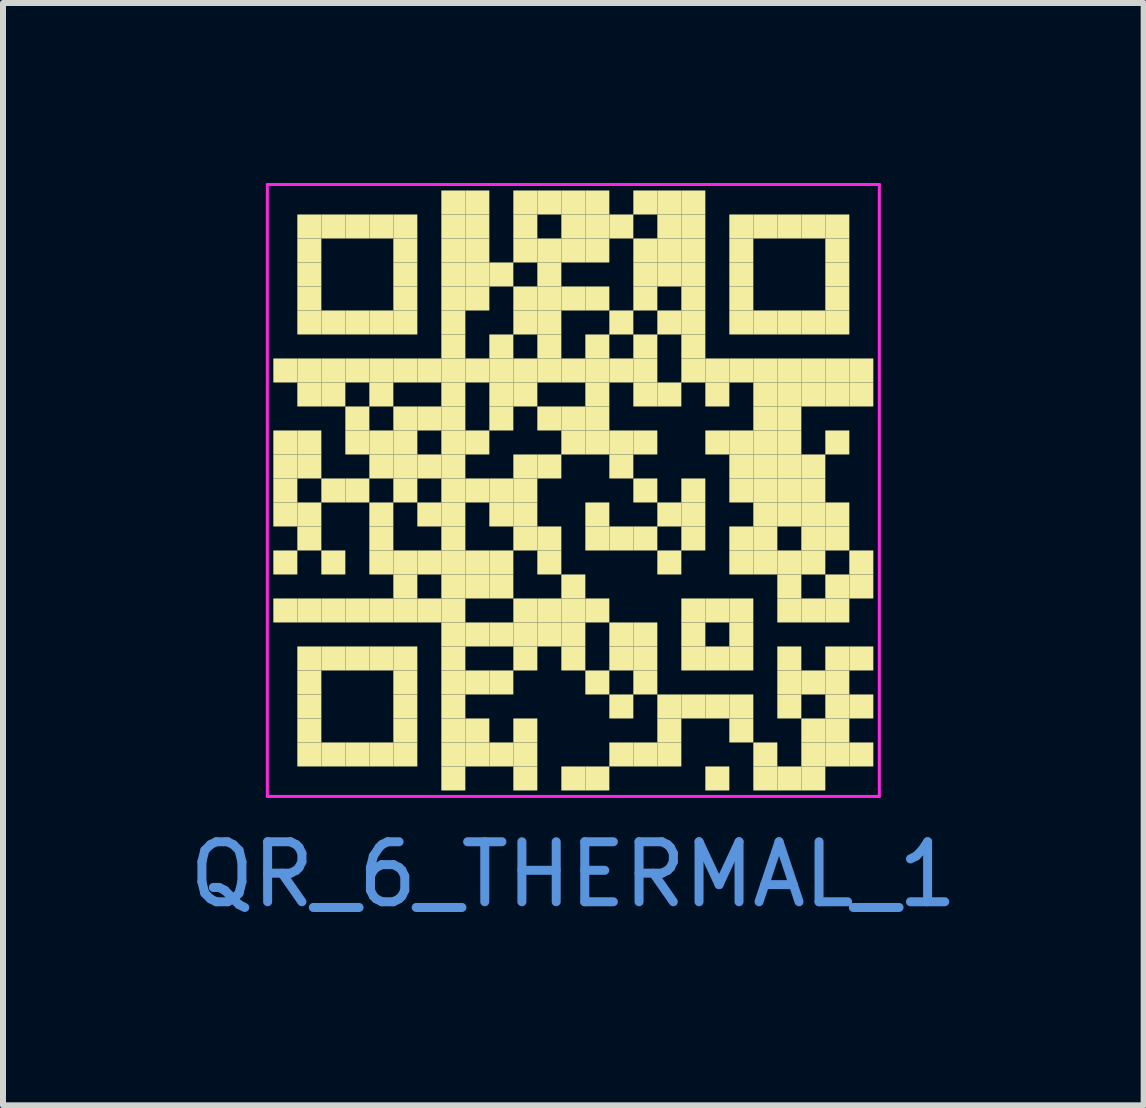
<source format=kicad_pcb>
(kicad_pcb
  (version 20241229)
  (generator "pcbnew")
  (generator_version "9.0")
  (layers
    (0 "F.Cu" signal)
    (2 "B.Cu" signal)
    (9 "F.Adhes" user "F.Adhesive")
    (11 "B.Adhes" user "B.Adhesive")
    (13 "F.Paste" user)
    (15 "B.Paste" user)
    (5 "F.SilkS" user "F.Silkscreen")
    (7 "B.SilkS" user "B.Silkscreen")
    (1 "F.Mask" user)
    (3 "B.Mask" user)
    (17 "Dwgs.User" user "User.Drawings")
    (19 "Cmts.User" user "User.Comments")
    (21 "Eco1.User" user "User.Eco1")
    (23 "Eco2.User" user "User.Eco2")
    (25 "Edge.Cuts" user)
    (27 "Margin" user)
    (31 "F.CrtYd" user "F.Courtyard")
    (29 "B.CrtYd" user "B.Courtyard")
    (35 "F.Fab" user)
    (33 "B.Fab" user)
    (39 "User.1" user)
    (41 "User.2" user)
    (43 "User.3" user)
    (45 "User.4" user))
  (footprint "QR_6_THERMAL_1"
    (layer "F.Cu")
    (at 6.506 5.125)
    (property "Reference" "QR_6_THERMAL_1" (at 0 6.4 0) (layer "Cmts.User") (effects (font (size 1 1) (thickness 0.15))))
    (fp_rect (start -5 -2.2) (end -4.6 -1.8) (stroke (width 0) (type solid)) (fill yes) (layer "F.SilkS"))
    (fp_rect (start -5 -1) (end -4.6 -0.6) (stroke (width 0) (type solid)) (fill yes) (layer "F.SilkS"))
    (fp_rect (start -5 -0.6) (end -4.6 -0.2) (stroke (width 0) (type solid)) (fill yes) (layer "F.SilkS"))
    (fp_rect (start -5 -0.2) (end -4.6 0.2) (stroke (width 0) (type solid)) (fill yes) (layer "F.SilkS"))
    (fp_rect (start -5 0.2) (end -4.6 0.6) (stroke (width 0) (type solid)) (fill yes) (layer "F.SilkS"))
    (fp_rect (start -5 1) (end -4.6 1.4) (stroke (width 0) (type solid)) (fill yes) (layer "F.SilkS"))
    (fp_rect (start -5 1.8) (end -4.6 2.2) (stroke (width 0) (type solid)) (fill yes) (layer "F.SilkS"))
    (fp_rect (start -4.6 -4.6) (end -4.2 -4.2) (stroke (width 0) (type solid)) (fill yes) (layer "F.SilkS"))
    (fp_rect (start -4.6 -4.2) (end -4.2 -3.8) (stroke (width 0) (type solid)) (fill yes) (layer "F.SilkS"))
    (fp_rect (start -4.6 -3.8) (end -4.2 -3.4) (stroke (width 0) (type solid)) (fill yes) (layer "F.SilkS"))
    (fp_rect (start -4.6 -3.4) (end -4.2 -3) (stroke (width 0) (type solid)) (fill yes) (layer "F.SilkS"))
    (fp_rect (start -4.6 -3) (end -4.2 -2.6) (stroke (width 0) (type solid)) (fill yes) (layer "F.SilkS"))
    (fp_rect (start -4.6 -2.2) (end -4.2 -1.8) (stroke (width 0) (type solid)) (fill yes) (layer "F.SilkS"))
    (fp_rect (start -4.6 -1.8) (end -4.2 -1.4) (stroke (width 0) (type solid)) (fill yes) (layer "F.SilkS"))
    (fp_rect (start -4.6 -1) (end -4.2 -0.6) (stroke (width 0) (type solid)) (fill yes) (layer "F.SilkS"))
    (fp_rect (start -4.6 -0.6) (end -4.2 -0.2) (stroke (width 0) (type solid)) (fill yes) (layer "F.SilkS"))
    (fp_rect (start -4.6 0.2) (end -4.2 0.6) (stroke (width 0) (type solid)) (fill yes) (layer "F.SilkS"))
    (fp_rect (start -4.6 0.6) (end -4.2 1) (stroke (width 0) (type solid)) (fill yes) (layer "F.SilkS"))
    (fp_rect (start -4.6 1.8) (end -4.2 2.2) (stroke (width 0) (type solid)) (fill yes) (layer "F.SilkS"))
    (fp_rect (start -4.6 2.6) (end -4.2 3) (stroke (width 0) (type solid)) (fill yes) (layer "F.SilkS"))
    (fp_rect (start -4.6 3) (end -4.2 3.4) (stroke (width 0) (type solid)) (fill yes) (layer "F.SilkS"))
    (fp_rect (start -4.6 3.4) (end -4.2 3.8) (stroke (width 0) (type solid)) (fill yes) (layer "F.SilkS"))
    (fp_rect (start -4.6 3.8) (end -4.2 4.2) (stroke (width 0) (type solid)) (fill yes) (layer "F.SilkS"))
    (fp_rect (start -4.6 4.2) (end -4.2 4.6) (stroke (width 0) (type solid)) (fill yes) (layer "F.SilkS"))
    (fp_rect (start -4.2 -4.6) (end -3.8 -4.2) (stroke (width 0) (type solid)) (fill yes) (layer "F.SilkS"))
    (fp_rect (start -4.2 -3) (end -3.8 -2.6) (stroke (width 0) (type solid)) (fill yes) (layer "F.SilkS"))
    (fp_rect (start -4.2 -2.2) (end -3.8 -1.8) (stroke (width 0) (type solid)) (fill yes) (layer "F.SilkS"))
    (fp_rect (start -4.2 -1.8) (end -3.8 -1.4) (stroke (width 0) (type solid)) (fill yes) (layer "F.SilkS"))
    (fp_rect (start -4.2 -0.2) (end -3.8 0.2) (stroke (width 0) (type solid)) (fill yes) (layer "F.SilkS"))
    (fp_rect (start -4.2 1) (end -3.8 1.4) (stroke (width 0) (type solid)) (fill yes) (layer "F.SilkS"))
    (fp_rect (start -4.2 1.8) (end -3.8 2.2) (stroke (width 0) (type solid)) (fill yes) (layer "F.SilkS"))
    (fp_rect (start -4.2 2.6) (end -3.8 3) (stroke (width 0) (type solid)) (fill yes) (layer "F.SilkS"))
    (fp_rect (start -4.2 4.2) (end -3.8 4.6) (stroke (width 0) (type solid)) (fill yes) (layer "F.SilkS"))
    (fp_rect (start -3.8 -4.6) (end -3.4 -4.2) (stroke (width 0) (type solid)) (fill yes) (layer "F.SilkS"))
    (fp_rect (start -3.8 -3) (end -3.4 -2.6) (stroke (width 0) (type solid)) (fill yes) (layer "F.SilkS"))
    (fp_rect (start -3.8 -2.2) (end -3.4 -1.8) (stroke (width 0) (type solid)) (fill yes) (layer "F.SilkS"))
    (fp_rect (start -3.8 -1.4) (end -3.4 -1) (stroke (width 0) (type solid)) (fill yes) (layer "F.SilkS"))
    (fp_rect (start -3.8 -1) (end -3.4 -0.6) (stroke (width 0) (type solid)) (fill yes) (layer "F.SilkS"))
    (fp_rect (start -3.8 -0.2) (end -3.4 0.2) (stroke (width 0) (type solid)) (fill yes) (layer "F.SilkS"))
    (fp_rect (start -3.8 1.8) (end -3.4 2.2) (stroke (width 0) (type solid)) (fill yes) (layer "F.SilkS"))
    (fp_rect (start -3.8 2.6) (end -3.4 3) (stroke (width 0) (type solid)) (fill yes) (layer "F.SilkS"))
    (fp_rect (start -3.8 4.2) (end -3.4 4.6) (stroke (width 0) (type solid)) (fill yes) (layer "F.SilkS"))
    (fp_rect (start -3.4 -4.6) (end -3 -4.2) (stroke (width 0) (type solid)) (fill yes) (layer "F.SilkS"))
    (fp_rect (start -3.4 -3) (end -3 -2.6) (stroke (width 0) (type solid)) (fill yes) (layer "F.SilkS"))
    (fp_rect (start -3.4 -2.2) (end -3 -1.8) (stroke (width 0) (type solid)) (fill yes) (layer "F.SilkS"))
    (fp_rect (start -3.4 -1.8) (end -3 -1.4) (stroke (width 0) (type solid)) (fill yes) (layer "F.SilkS"))
    (fp_rect (start -3.4 -1) (end -3 -0.6) (stroke (width 0) (type solid)) (fill yes) (layer "F.SilkS"))
    (fp_rect (start -3.4 -0.6) (end -3 -0.2) (stroke (width 0) (type solid)) (fill yes) (layer "F.SilkS"))
    (fp_rect (start -3.4 0.2) (end -3 0.6) (stroke (width 0) (type solid)) (fill yes) (layer "F.SilkS"))
    (fp_rect (start -3.4 0.6) (end -3 1) (stroke (width 0) (type solid)) (fill yes) (layer "F.SilkS"))
    (fp_rect (start -3.4 1) (end -3 1.4) (stroke (width 0) (type solid)) (fill yes) (layer "F.SilkS"))
    (fp_rect (start -3.4 1.8) (end -3 2.2) (stroke (width 0) (type solid)) (fill yes) (layer "F.SilkS"))
    (fp_rect (start -3.4 2.6) (end -3 3) (stroke (width 0) (type solid)) (fill yes) (layer "F.SilkS"))
    (fp_rect (start -3.4 4.2) (end -3 4.6) (stroke (width 0) (type solid)) (fill yes) (layer "F.SilkS"))
    (fp_rect (start -3 -4.6) (end -2.6 -4.2) (stroke (width 0) (type solid)) (fill yes) (layer "F.SilkS"))
    (fp_rect (start -3 -4.2) (end -2.6 -3.8) (stroke (width 0) (type solid)) (fill yes) (layer "F.SilkS"))
    (fp_rect (start -3 -3.8) (end -2.6 -3.4) (stroke (width 0) (type solid)) (fill yes) (layer "F.SilkS"))
    (fp_rect (start -3 -3.4) (end -2.6 -3) (stroke (width 0) (type solid)) (fill yes) (layer "F.SilkS"))
    (fp_rect (start -3 -3) (end -2.6 -2.6) (stroke (width 0) (type solid)) (fill yes) (layer "F.SilkS"))
    (fp_rect (start -3 -2.2) (end -2.6 -1.8) (stroke (width 0) (type solid)) (fill yes) (layer "F.SilkS"))
    (fp_rect (start -3 -1.4) (end -2.6 -1) (stroke (width 0) (type solid)) (fill yes) (layer "F.SilkS"))
    (fp_rect (start -3 -1) (end -2.6 -0.6) (stroke (width 0) (type solid)) (fill yes) (layer "F.SilkS"))
    (fp_rect (start -3 -0.6) (end -2.6 -0.2) (stroke (width 0) (type solid)) (fill yes) (layer "F.SilkS"))
    (fp_rect (start -3 -0.2) (end -2.6 0.2) (stroke (width 0) (type solid)) (fill yes) (layer "F.SilkS"))
    (fp_rect (start -3 1) (end -2.6 1.4) (stroke (width 0) (type solid)) (fill yes) (layer "F.SilkS"))
    (fp_rect (start -3 1.4) (end -2.6 1.8) (stroke (width 0) (type solid)) (fill yes) (layer "F.SilkS"))
    (fp_rect (start -3 1.8) (end -2.6 2.2) (stroke (width 0) (type solid)) (fill yes) (layer "F.SilkS"))
    (fp_rect (start -3 2.6) (end -2.6 3) (stroke (width 0) (type solid)) (fill yes) (layer "F.SilkS"))
    (fp_rect (start -3 3) (end -2.6 3.4) (stroke (width 0) (type solid)) (fill yes) (layer "F.SilkS"))
    (fp_rect (start -3 3.4) (end -2.6 3.8) (stroke (width 0) (type solid)) (fill yes) (layer "F.SilkS"))
    (fp_rect (start -3 3.8) (end -2.6 4.2) (stroke (width 0) (type solid)) (fill yes) (layer "F.SilkS"))
    (fp_rect (start -3 4.2) (end -2.6 4.6) (stroke (width 0) (type solid)) (fill yes) (layer "F.SilkS"))
    (fp_rect (start -2.6 -2.2) (end -2.2 -1.8) (stroke (width 0) (type solid)) (fill yes) (layer "F.SilkS"))
    (fp_rect (start -2.6 -1.4) (end -2.2 -1) (stroke (width 0) (type solid)) (fill yes) (layer "F.SilkS"))
    (fp_rect (start -2.6 -0.6) (end -2.2 -0.2) (stroke (width 0) (type solid)) (fill yes) (layer "F.SilkS"))
    (fp_rect (start -2.6 0.2) (end -2.2 0.6) (stroke (width 0) (type solid)) (fill yes) (layer "F.SilkS"))
    (fp_rect (start -2.6 1) (end -2.2 1.4) (stroke (width 0) (type solid)) (fill yes) (layer "F.SilkS"))
    (fp_rect (start -2.6 1.8) (end -2.2 2.2) (stroke (width 0) (type solid)) (fill yes) (layer "F.SilkS"))
    (fp_rect (start -2.2 -5) (end -1.8 -4.6) (stroke (width 0) (type solid)) (fill yes) (layer "F.SilkS"))
    (fp_rect (start -2.2 -4.6) (end -1.8 -4.2) (stroke (width 0) (type solid)) (fill yes) (layer "F.SilkS"))
    (fp_rect (start -2.2 -4.2) (end -1.8 -3.8) (stroke (width 0) (type solid)) (fill yes) (layer "F.SilkS"))
    (fp_rect (start -2.2 -3.8) (end -1.8 -3.4) (stroke (width 0) (type solid)) (fill yes) (layer "F.SilkS"))
    (fp_rect (start -2.2 -3.4) (end -1.8 -3) (stroke (width 0) (type solid)) (fill yes) (layer "F.SilkS"))
    (fp_rect (start -2.2 -3) (end -1.8 -2.6) (stroke (width 0) (type solid)) (fill yes) (layer "F.SilkS"))
    (fp_rect (start -2.2 -2.6) (end -1.8 -2.2) (stroke (width 0) (type solid)) (fill yes) (layer "F.SilkS"))
    (fp_rect (start -2.2 -2.2) (end -1.8 -1.8) (stroke (width 0) (type solid)) (fill yes) (layer "F.SilkS"))
    (fp_rect (start -2.2 -1.8) (end -1.8 -1.4) (stroke (width 0) (type solid)) (fill yes) (layer "F.SilkS"))
    (fp_rect (start -2.2 -1.4) (end -1.8 -1) (stroke (width 0) (type solid)) (fill yes) (layer "F.SilkS"))
    (fp_rect (start -2.2 -1) (end -1.8 -0.6) (stroke (width 0) (type solid)) (fill yes) (layer "F.SilkS"))
    (fp_rect (start -2.2 -0.6) (end -1.8 -0.2) (stroke (width 0) (type solid)) (fill yes) (layer "F.SilkS"))
    (fp_rect (start -2.2 -0.2) (end -1.8 0.2) (stroke (width 0) (type solid)) (fill yes) (layer "F.SilkS"))
    (fp_rect (start -2.2 0.2) (end -1.8 0.6) (stroke (width 0) (type solid)) (fill yes) (layer "F.SilkS"))
    (fp_rect (start -2.2 0.6) (end -1.8 1) (stroke (width 0) (type solid)) (fill yes) (layer "F.SilkS"))
    (fp_rect (start -2.2 1) (end -1.8 1.4) (stroke (width 0) (type solid)) (fill yes) (layer "F.SilkS"))
    (fp_rect (start -2.2 1.4) (end -1.8 1.8) (stroke (width 0) (type solid)) (fill yes) (layer "F.SilkS"))
    (fp_rect (start -2.2 1.8) (end -1.8 2.2) (stroke (width 0) (type solid)) (fill yes) (layer "F.SilkS"))
    (fp_rect (start -2.2 2.2) (end -1.8 2.6) (stroke (width 0) (type solid)) (fill yes) (layer "F.SilkS"))
    (fp_rect (start -2.2 2.6) (end -1.8 3) (stroke (width 0) (type solid)) (fill yes) (layer "F.SilkS"))
    (fp_rect (start -2.2 3) (end -1.8 3.4) (stroke (width 0) (type solid)) (fill yes) (layer "F.SilkS"))
    (fp_rect (start -2.2 3.4) (end -1.8 3.8) (stroke (width 0) (type solid)) (fill yes) (layer "F.SilkS"))
    (fp_rect (start -2.2 3.8) (end -1.8 4.2) (stroke (width 0) (type solid)) (fill yes) (layer "F.SilkS"))
    (fp_rect (start -2.2 4.2) (end -1.8 4.6) (stroke (width 0) (type solid)) (fill yes) (layer "F.SilkS"))
    (fp_rect (start -2.2 4.6) (end -1.8 5) (stroke (width 0) (type solid)) (fill yes) (layer "F.SilkS"))
    (fp_rect (start -1.8 -5) (end -1.4 -4.6) (stroke (width 0) (type solid)) (fill yes) (layer "F.SilkS"))
    (fp_rect (start -1.8 -4.6) (end -1.4 -4.2) (stroke (width 0) (type solid)) (fill yes) (layer "F.SilkS"))
    (fp_rect (start -1.8 -4.2) (end -1.4 -3.8) (stroke (width 0) (type solid)) (fill yes) (layer "F.SilkS"))
    (fp_rect (start -1.8 -3.8) (end -1.4 -3.4) (stroke (width 0) (type solid)) (fill yes) (layer "F.SilkS"))
    (fp_rect (start -1.8 -3.4) (end -1.4 -3) (stroke (width 0) (type solid)) (fill yes) (layer "F.SilkS"))
    (fp_rect (start -1.8 -2.2) (end -1.4 -1.8) (stroke (width 0) (type solid)) (fill yes) (layer "F.SilkS"))
    (fp_rect (start -1.8 -1) (end -1.4 -0.6) (stroke (width 0) (type solid)) (fill yes) (layer "F.SilkS"))
    (fp_rect (start -1.8 -0.2) (end -1.4 0.2) (stroke (width 0) (type solid)) (fill yes) (layer "F.SilkS"))
    (fp_rect (start -1.8 1) (end -1.4 1.4) (stroke (width 0) (type solid)) (fill yes) (layer "F.SilkS"))
    (fp_rect (start -1.8 1.4) (end -1.4 1.8) (stroke (width 0) (type solid)) (fill yes) (layer "F.SilkS"))
    (fp_rect (start -1.8 2.2) (end -1.4 2.6) (stroke (width 0) (type solid)) (fill yes) (layer "F.SilkS"))
    (fp_rect (start -1.8 3) (end -1.4 3.4) (stroke (width 0) (type solid)) (fill yes) (layer "F.SilkS"))
    (fp_rect (start -1.8 3.8) (end -1.4 4.2) (stroke (width 0) (type solid)) (fill yes) (layer "F.SilkS"))
    (fp_rect (start -1.8 4.2) (end -1.4 4.6) (stroke (width 0) (type solid)) (fill yes) (layer "F.SilkS"))
    (fp_rect (start -1.4 -3.8) (end -1 -3.4) (stroke (width 0) (type solid)) (fill yes) (layer "F.SilkS"))
    (fp_rect (start -1.4 -2.6) (end -1 -2.2) (stroke (width 0) (type solid)) (fill yes) (layer "F.SilkS"))
    (fp_rect (start -1.4 -2.2) (end -1 -1.8) (stroke (width 0) (type solid)) (fill yes) (layer "F.SilkS"))
    (fp_rect (start -1.4 -1.8) (end -1 -1.4) (stroke (width 0) (type solid)) (fill yes) (layer "F.SilkS"))
    (fp_rect (start -1.4 -1.4) (end -1 -1) (stroke (width 0) (type solid)) (fill yes) (layer "F.SilkS"))
    (fp_rect (start -1.4 -0.2) (end -1 0.2) (stroke (width 0) (type solid)) (fill yes) (layer "F.SilkS"))
    (fp_rect (start -1.4 0.2) (end -1 0.6) (stroke (width 0) (type solid)) (fill yes) (layer "F.SilkS"))
    (fp_rect (start -1.4 1) (end -1 1.4) (stroke (width 0) (type solid)) (fill yes) (layer "F.SilkS"))
    (fp_rect (start -1.4 1.4) (end -1 1.8) (stroke (width 0) (type solid)) (fill yes) (layer "F.SilkS"))
    (fp_rect (start -1.4 2.2) (end -1 2.6) (stroke (width 0) (type solid)) (fill yes) (layer "F.SilkS"))
    (fp_rect (start -1.4 3) (end -1 3.4) (stroke (width 0) (type solid)) (fill yes) (layer "F.SilkS"))
    (fp_rect (start -1.4 4.2) (end -1 4.6) (stroke (width 0) (type solid)) (fill yes) (layer "F.SilkS"))
    (fp_rect (start -1 -5) (end -0.6 -4.6) (stroke (width 0) (type solid)) (fill yes) (layer "F.SilkS"))
    (fp_rect (start -1 -4.6) (end -0.6 -4.2) (stroke (width 0) (type solid)) (fill yes) (layer "F.SilkS"))
    (fp_rect (start -1 -4.2) (end -0.6 -3.8) (stroke (width 0) (type solid)) (fill yes) (layer "F.SilkS"))
    (fp_rect (start -1 -3.4) (end -0.6 -3) (stroke (width 0) (type solid)) (fill yes) (layer "F.SilkS"))
    (fp_rect (start -1 -3) (end -0.6 -2.6) (stroke (width 0) (type solid)) (fill yes) (layer "F.SilkS"))
    (fp_rect (start -1 -2.2) (end -0.6 -1.8) (stroke (width 0) (type solid)) (fill yes) (layer "F.SilkS"))
    (fp_rect (start -1 -1.8) (end -0.6 -1.4) (stroke (width 0) (type solid)) (fill yes) (layer "F.SilkS"))
    (fp_rect (start -1 -0.6) (end -0.6 -0.2) (stroke (width 0) (type solid)) (fill yes) (layer "F.SilkS"))
    (fp_rect (start -1 -0.2) (end -0.6 0.2) (stroke (width 0) (type solid)) (fill yes) (layer "F.SilkS"))
    (fp_rect (start -1 0.2) (end -0.6 0.6) (stroke (width 0) (type solid)) (fill yes) (layer "F.SilkS"))
    (fp_rect (start -1 0.6) (end -0.6 1) (stroke (width 0) (type solid)) (fill yes) (layer "F.SilkS"))
    (fp_rect (start -1 1.8) (end -0.6 2.2) (stroke (width 0) (type solid)) (fill yes) (layer "F.SilkS"))
    (fp_rect (start -1 2.2) (end -0.6 2.6) (stroke (width 0) (type solid)) (fill yes) (layer "F.SilkS"))
    (fp_rect (start -1 2.6) (end -0.6 3) (stroke (width 0) (type solid)) (fill yes) (layer "F.SilkS"))
    (fp_rect (start -1 3.8) (end -0.6 4.2) (stroke (width 0) (type solid)) (fill yes) (layer "F.SilkS"))
    (fp_rect (start -1 4.2) (end -0.6 4.6) (stroke (width 0) (type solid)) (fill yes) (layer "F.SilkS"))
    (fp_rect (start -1 4.6) (end -0.6 5) (stroke (width 0) (type solid)) (fill yes) (layer "F.SilkS"))
    (fp_rect (start -0.6 -5) (end -0.2 -4.6) (stroke (width 0) (type solid)) (fill yes) (layer "F.SilkS"))
    (fp_rect (start -0.6 -4.2) (end -0.2 -3.8) (stroke (width 0) (type solid)) (fill yes) (layer "F.SilkS"))
    (fp_rect (start -0.6 -3.8) (end -0.2 -3.4) (stroke (width 0) (type solid)) (fill yes) (layer "F.SilkS"))
    (fp_rect (start -0.6 -3.4) (end -0.2 -3) (stroke (width 0) (type solid)) (fill yes) (layer "F.SilkS"))
    (fp_rect (start -0.6 -3) (end -0.2 -2.6) (stroke (width 0) (type solid)) (fill yes) (layer "F.SilkS"))
    (fp_rect (start -0.6 -2.6) (end -0.2 -2.2) (stroke (width 0) (type solid)) (fill yes) (layer "F.SilkS"))
    (fp_rect (start -0.6 -2.2) (end -0.2 -1.8) (stroke (width 0) (type solid)) (fill yes) (layer "F.SilkS"))
    (fp_rect (start -0.6 -1.4) (end -0.2 -1) (stroke (width 0) (type solid)) (fill yes) (layer "F.SilkS"))
    (fp_rect (start -0.6 -0.6) (end -0.2 -0.2) (stroke (width 0) (type solid)) (fill yes) (layer "F.SilkS"))
    (fp_rect (start -0.6 0.6) (end -0.2 1) (stroke (width 0) (type solid)) (fill yes) (layer "F.SilkS"))
    (fp_rect (start -0.6 1) (end -0.2 1.4) (stroke (width 0) (type solid)) (fill yes) (layer "F.SilkS"))
    (fp_rect (start -0.6 1.8) (end -0.2 2.2) (stroke (width 0) (type solid)) (fill yes) (layer "F.SilkS"))
    (fp_rect (start -0.6 2.2) (end -0.2 2.6) (stroke (width 0) (type solid)) (fill yes) (layer "F.SilkS"))
    (fp_rect (start -0.2 -5) (end 0.2 -4.6) (stroke (width 0) (type solid)) (fill yes) (layer "F.SilkS"))
    (fp_rect (start -0.2 -4.6) (end 0.2 -4.2) (stroke (width 0) (type solid)) (fill yes) (layer "F.SilkS"))
    (fp_rect (start -0.2 -4.2) (end 0.2 -3.8) (stroke (width 0) (type solid)) (fill yes) (layer "F.SilkS"))
    (fp_rect (start -0.2 -3.4) (end 0.2 -3) (stroke (width 0) (type solid)) (fill yes) (layer "F.SilkS"))
    (fp_rect (start -0.2 -2.2) (end 0.2 -1.8) (stroke (width 0) (type solid)) (fill yes) (layer "F.SilkS"))
    (fp_rect (start -0.2 -1.4) (end 0.2 -1) (stroke (width 0) (type solid)) (fill yes) (layer "F.SilkS"))
    (fp_rect (start -0.2 -1) (end 0.2 -0.6) (stroke (width 0) (type solid)) (fill yes) (layer "F.SilkS"))
    (fp_rect (start -0.2 1.4) (end 0.2 1.8) (stroke (width 0) (type solid)) (fill yes) (layer "F.SilkS"))
    (fp_rect (start -0.2 1.8) (end 0.2 2.2) (stroke (width 0) (type solid)) (fill yes) (layer "F.SilkS"))
    (fp_rect (start -0.2 2.2) (end 0.2 2.6) (stroke (width 0) (type solid)) (fill yes) (layer "F.SilkS"))
    (fp_rect (start -0.2 2.6) (end 0.2 3) (stroke (width 0) (type solid)) (fill yes) (layer "F.SilkS"))
    (fp_rect (start -0.2 4.6) (end 0.2 5) (stroke (width 0) (type solid)) (fill yes) (layer "F.SilkS"))
    (fp_rect (start 0.2 -5) (end 0.6 -4.6) (stroke (width 0) (type solid)) (fill yes) (layer "F.SilkS"))
    (fp_rect (start 0.2 -4.6) (end 0.6 -4.2) (stroke (width 0) (type solid)) (fill yes) (layer "F.SilkS"))
    (fp_rect (start 0.2 -4.2) (end 0.6 -3.8) (stroke (width 0) (type solid)) (fill yes) (layer "F.SilkS"))
    (fp_rect (start 0.2 -3.4) (end 0.6 -3) (stroke (width 0) (type solid)) (fill yes) (layer "F.SilkS"))
    (fp_rect (start 0.2 -2.6) (end 0.6 -2.2) (stroke (width 0) (type solid)) (fill yes) (layer "F.SilkS"))
    (fp_rect (start 0.2 -2.2) (end 0.6 -1.8) (stroke (width 0) (type solid)) (fill yes) (layer "F.SilkS"))
    (fp_rect (start 0.2 -1.8) (end 0.6 -1.4) (stroke (width 0) (type solid)) (fill yes) (layer "F.SilkS"))
    (fp_rect (start 0.2 -1.4) (end 0.6 -1) (stroke (width 0) (type solid)) (fill yes) (layer "F.SilkS"))
    (fp_rect (start 0.2 -1) (end 0.6 -0.6) (stroke (width 0) (type solid)) (fill yes) (layer "F.SilkS"))
    (fp_rect (start 0.2 0.2) (end 0.6 0.6) (stroke (width 0) (type solid)) (fill yes) (layer "F.SilkS"))
    (fp_rect (start 0.2 0.6) (end 0.6 1) (stroke (width 0) (type solid)) (fill yes) (layer "F.SilkS"))
    (fp_rect (start 0.2 1.8) (end 0.6 2.2) (stroke (width 0) (type solid)) (fill yes) (layer "F.SilkS"))
    (fp_rect (start 0.2 3) (end 0.6 3.4) (stroke (width 0) (type solid)) (fill yes) (layer "F.SilkS"))
    (fp_rect (start 0.2 4.6) (end 0.6 5) (stroke (width 0) (type solid)) (fill yes) (layer "F.SilkS"))
    (fp_rect (start 0.6 -4.6) (end 1 -4.2) (stroke (width 0) (type solid)) (fill yes) (layer "F.SilkS"))
    (fp_rect (start 0.6 -3) (end 1 -2.6) (stroke (width 0) (type solid)) (fill yes) (layer "F.SilkS"))
    (fp_rect (start 0.6 -2.2) (end 1 -1.8) (stroke (width 0) (type solid)) (fill yes) (layer "F.SilkS"))
    (fp_rect (start 0.6 -1) (end 1 -0.6) (stroke (width 0) (type solid)) (fill yes) (layer "F.SilkS"))
    (fp_rect (start 0.6 -0.6) (end 1 -0.2) (stroke (width 0) (type solid)) (fill yes) (layer "F.SilkS"))
    (fp_rect (start 0.6 0.6) (end 1 1) (stroke (width 0) (type solid)) (fill yes) (layer "F.SilkS"))
    (fp_rect (start 0.6 2.2) (end 1 2.6) (stroke (width 0) (type solid)) (fill yes) (layer "F.SilkS"))
    (fp_rect (start 0.6 2.6) (end 1 3) (stroke (width 0) (type solid)) (fill yes) (layer "F.SilkS"))
    (fp_rect (start 0.6 3.4) (end 1 3.8) (stroke (width 0) (type solid)) (fill yes) (layer "F.SilkS"))
    (fp_rect (start 0.6 4.2) (end 1 4.6) (stroke (width 0) (type solid)) (fill yes) (layer "F.SilkS"))
    (fp_rect (start 1 -5) (end 1.4 -4.6) (stroke (width 0) (type solid)) (fill yes) (layer "F.SilkS"))
    (fp_rect (start 1 -4.2) (end 1.4 -3.8) (stroke (width 0) (type solid)) (fill yes) (layer "F.SilkS"))
    (fp_rect (start 1 -3.8) (end 1.4 -3.4) (stroke (width 0) (type solid)) (fill yes) (layer "F.SilkS"))
    (fp_rect (start 1 -3.4) (end 1.4 -3) (stroke (width 0) (type solid)) (fill yes) (layer "F.SilkS"))
    (fp_rect (start 1 -2.6) (end 1.4 -2.2) (stroke (width 0) (type solid)) (fill yes) (layer "F.SilkS"))
    (fp_rect (start 1 -2.2) (end 1.4 -1.8) (stroke (width 0) (type solid)) (fill yes) (layer "F.SilkS"))
    (fp_rect (start 1 -1.8) (end 1.4 -1.4) (stroke (width 0) (type solid)) (fill yes) (layer "F.SilkS"))
    (fp_rect (start 1 -1) (end 1.4 -0.6) (stroke (width 0) (type solid)) (fill yes) (layer "F.SilkS"))
    (fp_rect (start 1 -0.2) (end 1.4 0.2) (stroke (width 0) (type solid)) (fill yes) (layer "F.SilkS"))
    (fp_rect (start 1 0.6) (end 1.4 1) (stroke (width 0) (type solid)) (fill yes) (layer "F.SilkS"))
    (fp_rect (start 1 2.2) (end 1.4 2.6) (stroke (width 0) (type solid)) (fill yes) (layer "F.SilkS"))
    (fp_rect (start 1 2.6) (end 1.4 3) (stroke (width 0) (type solid)) (fill yes) (layer "F.SilkS"))
    (fp_rect (start 1 3) (end 1.4 3.4) (stroke (width 0) (type solid)) (fill yes) (layer "F.SilkS"))
    (fp_rect (start 1 4.2) (end 1.4 4.6) (stroke (width 0) (type solid)) (fill yes) (layer "F.SilkS"))
    (fp_rect (start 1.4 -5) (end 1.8 -4.6) (stroke (width 0) (type solid)) (fill yes) (layer "F.SilkS"))
    (fp_rect (start 1.4 -4.6) (end 1.8 -4.2) (stroke (width 0) (type solid)) (fill yes) (layer "F.SilkS"))
    (fp_rect (start 1.4 -4.2) (end 1.8 -3.8) (stroke (width 0) (type solid)) (fill yes) (layer "F.SilkS"))
    (fp_rect (start 1.4 -3.8) (end 1.8 -3.4) (stroke (width 0) (type solid)) (fill yes) (layer "F.SilkS"))
    (fp_rect (start 1.4 -3) (end 1.8 -2.6) (stroke (width 0) (type solid)) (fill yes) (layer "F.SilkS"))
    (fp_rect (start 1.4 -1.8) (end 1.8 -1.4) (stroke (width 0) (type solid)) (fill yes) (layer "F.SilkS"))
    (fp_rect (start 1.4 0.2) (end 1.8 0.6) (stroke (width 0) (type solid)) (fill yes) (layer "F.SilkS"))
    (fp_rect (start 1.4 1) (end 1.8 1.4) (stroke (width 0) (type solid)) (fill yes) (layer "F.SilkS"))
    (fp_rect (start 1.4 3.4) (end 1.8 3.8) (stroke (width 0) (type solid)) (fill yes) (layer "F.SilkS"))
    (fp_rect (start 1.4 3.8) (end 1.8 4.2) (stroke (width 0) (type solid)) (fill yes) (layer "F.SilkS"))
    (fp_rect (start 1.4 4.2) (end 1.8 4.6) (stroke (width 0) (type solid)) (fill yes) (layer "F.SilkS"))
    (fp_rect (start 1.8 -5) (end 2.2 -4.6) (stroke (width 0) (type solid)) (fill yes) (layer "F.SilkS"))
    (fp_rect (start 1.8 -4.6) (end 2.2 -4.2) (stroke (width 0) (type solid)) (fill yes) (layer "F.SilkS"))
    (fp_rect (start 1.8 -4.2) (end 2.2 -3.8) (stroke (width 0) (type solid)) (fill yes) (layer "F.SilkS"))
    (fp_rect (start 1.8 -3.8) (end 2.2 -3.4) (stroke (width 0) (type solid)) (fill yes) (layer "F.SilkS"))
    (fp_rect (start 1.8 -3.4) (end 2.2 -3) (stroke (width 0) (type solid)) (fill yes) (layer "F.SilkS"))
    (fp_rect (start 1.8 -3) (end 2.2 -2.6) (stroke (width 0) (type solid)) (fill yes) (layer "F.SilkS"))
    (fp_rect (start 1.8 -2.6) (end 2.2 -2.2) (stroke (width 0) (type solid)) (fill yes) (layer "F.SilkS"))
    (fp_rect (start 1.8 -2.2) (end 2.2 -1.8) (stroke (width 0) (type solid)) (fill yes) (layer "F.SilkS"))
    (fp_rect (start 1.8 -0.2) (end 2.2 0.2) (stroke (width 0) (type solid)) (fill yes) (layer "F.SilkS"))
    (fp_rect (start 1.8 0.2) (end 2.2 0.6) (stroke (width 0) (type solid)) (fill yes) (layer "F.SilkS"))
    (fp_rect (start 1.8 0.6) (end 2.2 1) (stroke (width 0) (type solid)) (fill yes) (layer "F.SilkS"))
    (fp_rect (start 1.8 1.8) (end 2.2 2.2) (stroke (width 0) (type solid)) (fill yes) (layer "F.SilkS"))
    (fp_rect (start 1.8 2.2) (end 2.2 2.6) (stroke (width 0) (type solid)) (fill yes) (layer "F.SilkS"))
    (fp_rect (start 1.8 2.6) (end 2.2 3) (stroke (width 0) (type solid)) (fill yes) (layer "F.SilkS"))
    (fp_rect (start 1.8 3.4) (end 2.2 3.8) (stroke (width 0) (type solid)) (fill yes) (layer "F.SilkS"))
    (fp_rect (start 2.2 -2.2) (end 2.6 -1.8) (stroke (width 0) (type solid)) (fill yes) (layer "F.SilkS"))
    (fp_rect (start 2.2 -1.8) (end 2.6 -1.4) (stroke (width 0) (type solid)) (fill yes) (layer "F.SilkS"))
    (fp_rect (start 2.2 -1) (end 2.6 -0.6) (stroke (width 0) (type solid)) (fill yes) (layer "F.SilkS"))
    (fp_rect (start 2.2 1.8) (end 2.6 2.2) (stroke (width 0) (type solid)) (fill yes) (layer "F.SilkS"))
    (fp_rect (start 2.2 2.6) (end 2.6 3) (stroke (width 0) (type solid)) (fill yes) (layer "F.SilkS"))
    (fp_rect (start 2.2 3.4) (end 2.6 3.8) (stroke (width 0) (type solid)) (fill yes) (layer "F.SilkS"))
    (fp_rect (start 2.2 4.6) (end 2.6 5) (stroke (width 0) (type solid)) (fill yes) (layer "F.SilkS"))
    (fp_rect (start 2.6 -4.6) (end 3 -4.2) (stroke (width 0) (type solid)) (fill yes) (layer "F.SilkS"))
    (fp_rect (start 2.6 -4.2) (end 3 -3.8) (stroke (width 0) (type solid)) (fill yes) (layer "F.SilkS"))
    (fp_rect (start 2.6 -3.8) (end 3 -3.4) (stroke (width 0) (type solid)) (fill yes) (layer "F.SilkS"))
    (fp_rect (start 2.6 -3.4) (end 3 -3) (stroke (width 0) (type solid)) (fill yes) (layer "F.SilkS"))
    (fp_rect (start 2.6 -3) (end 3 -2.6) (stroke (width 0) (type solid)) (fill yes) (layer "F.SilkS"))
    (fp_rect (start 2.6 -2.2) (end 3 -1.8) (stroke (width 0) (type solid)) (fill yes) (layer "F.SilkS"))
    (fp_rect (start 2.6 -1) (end 3 -0.6) (stroke (width 0) (type solid)) (fill yes) (layer "F.SilkS"))
    (fp_rect (start 2.6 -0.6) (end 3 -0.2) (stroke (width 0) (type solid)) (fill yes) (layer "F.SilkS"))
    (fp_rect (start 2.6 -0.2) (end 3 0.2) (stroke (width 0) (type solid)) (fill yes) (layer "F.SilkS"))
    (fp_rect (start 2.6 0.6) (end 3 1) (stroke (width 0) (type solid)) (fill yes) (layer "F.SilkS"))
    (fp_rect (start 2.6 1) (end 3 1.4) (stroke (width 0) (type solid)) (fill yes) (layer "F.SilkS"))
    (fp_rect (start 2.6 1.8) (end 3 2.2) (stroke (width 0) (type solid)) (fill yes) (layer "F.SilkS"))
    (fp_rect (start 2.6 2.2) (end 3 2.6) (stroke (width 0) (type solid)) (fill yes) (layer "F.SilkS"))
    (fp_rect (start 2.6 2.6) (end 3 3) (stroke (width 0) (type solid)) (fill yes) (layer "F.SilkS"))
    (fp_rect (start 2.6 3.4) (end 3 3.8) (stroke (width 0) (type solid)) (fill yes) (layer "F.SilkS"))
    (fp_rect (start 2.6 3.8) (end 3 4.2) (stroke (width 0) (type solid)) (fill yes) (layer "F.SilkS"))
    (fp_rect (start 3 -4.6) (end 3.4 -4.2) (stroke (width 0) (type solid)) (fill yes) (layer "F.SilkS"))
    (fp_rect (start 3 -3) (end 3.4 -2.6) (stroke (width 0) (type solid)) (fill yes) (layer "F.SilkS"))
    (fp_rect (start 3 -2.2) (end 3.4 -1.8) (stroke (width 0) (type solid)) (fill yes) (layer "F.SilkS"))
    (fp_rect (start 3 -1.8) (end 3.4 -1.4) (stroke (width 0) (type solid)) (fill yes) (layer "F.SilkS"))
    (fp_rect (start 3 -1.4) (end 3.4 -1) (stroke (width 0) (type solid)) (fill yes) (layer "F.SilkS"))
    (fp_rect (start 3 -1) (end 3.4 -0.6) (stroke (width 0) (type solid)) (fill yes) (layer "F.SilkS"))
    (fp_rect (start 3 -0.6) (end 3.4 -0.2) (stroke (width 0) (type solid)) (fill yes) (layer "F.SilkS"))
    (fp_rect (start 3 -0.2) (end 3.4 0.2) (stroke (width 0) (type solid)) (fill yes) (layer "F.SilkS"))
    (fp_rect (start 3 0.2) (end 3.4 0.6) (stroke (width 0) (type solid)) (fill yes) (layer "F.SilkS"))
    (fp_rect (start 3 0.6) (end 3.4 1) (stroke (width 0) (type solid)) (fill yes) (layer "F.SilkS"))
    (fp_rect (start 3 1) (end 3.4 1.4) (stroke (width 0) (type solid)) (fill yes) (layer "F.SilkS"))
    (fp_rect (start 3 4.2) (end 3.4 4.6) (stroke (width 0) (type solid)) (fill yes) (layer "F.SilkS"))
    (fp_rect (start 3 4.6) (end 3.4 5) (stroke (width 0) (type solid)) (fill yes) (layer "F.SilkS"))
    (fp_rect (start 3.4 -4.6) (end 3.8 -4.2) (stroke (width 0) (type solid)) (fill yes) (layer "F.SilkS"))
    (fp_rect (start 3.4 -3) (end 3.8 -2.6) (stroke (width 0) (type solid)) (fill yes) (layer "F.SilkS"))
    (fp_rect (start 3.4 -2.2) (end 3.8 -1.8) (stroke (width 0) (type solid)) (fill yes) (layer "F.SilkS"))
    (fp_rect (start 3.4 -1.8) (end 3.8 -1.4) (stroke (width 0) (type solid)) (fill yes) (layer "F.SilkS"))
    (fp_rect (start 3.4 -1.4) (end 3.8 -1) (stroke (width 0) (type solid)) (fill yes) (layer "F.SilkS"))
    (fp_rect (start 3.4 -1) (end 3.8 -0.6) (stroke (width 0) (type solid)) (fill yes) (layer "F.SilkS"))
    (fp_rect (start 3.4 -0.6) (end 3.8 -0.2) (stroke (width 0) (type solid)) (fill yes) (layer "F.SilkS"))
    (fp_rect (start 3.4 -0.2) (end 3.8 0.2) (stroke (width 0) (type solid)) (fill yes) (layer "F.SilkS"))
    (fp_rect (start 3.4 0.2) (end 3.8 0.6) (stroke (width 0) (type solid)) (fill yes) (layer "F.SilkS"))
    (fp_rect (start 3.4 1) (end 3.8 1.4) (stroke (width 0) (type solid)) (fill yes) (layer "F.SilkS"))
    (fp_rect (start 3.4 1.4) (end 3.8 1.8) (stroke (width 0) (type solid)) (fill yes) (layer "F.SilkS"))
    (fp_rect (start 3.4 1.8) (end 3.8 2.2) (stroke (width 0) (type solid)) (fill yes) (layer "F.SilkS"))
    (fp_rect (start 3.4 2.6) (end 3.8 3) (stroke (width 0) (type solid)) (fill yes) (layer "F.SilkS"))
    (fp_rect (start 3.4 3) (end 3.8 3.4) (stroke (width 0) (type solid)) (fill yes) (layer "F.SilkS"))
    (fp_rect (start 3.4 3.4) (end 3.8 3.8) (stroke (width 0) (type solid)) (fill yes) (layer "F.SilkS"))
    (fp_rect (start 3.4 4.6) (end 3.8 5) (stroke (width 0) (type solid)) (fill yes) (layer "F.SilkS"))
    (fp_rect (start 3.8 -4.6) (end 4.2 -4.2) (stroke (width 0) (type solid)) (fill yes) (layer "F.SilkS"))
    (fp_rect (start 3.8 -3) (end 4.2 -2.6) (stroke (width 0) (type solid)) (fill yes) (layer "F.SilkS"))
    (fp_rect (start 3.8 -2.2) (end 4.2 -1.8) (stroke (width 0) (type solid)) (fill yes) (layer "F.SilkS"))
    (fp_rect (start 3.8 -1.8) (end 4.2 -1.4) (stroke (width 0) (type solid)) (fill yes) (layer "F.SilkS"))
    (fp_rect (start 3.8 -0.6) (end 4.2 -0.2) (stroke (width 0) (type solid)) (fill yes) (layer "F.SilkS"))
    (fp_rect (start 3.8 -0.2) (end 4.2 0.2) (stroke (width 0) (type solid)) (fill yes) (layer "F.SilkS"))
    (fp_rect (start 3.8 0.2) (end 4.2 0.6) (stroke (width 0) (type solid)) (fill yes) (layer "F.SilkS"))
    (fp_rect (start 3.8 0.6) (end 4.2 1) (stroke (width 0) (type solid)) (fill yes) (layer "F.SilkS"))
    (fp_rect (start 3.8 1) (end 4.2 1.4) (stroke (width 0) (type solid)) (fill yes) (layer "F.SilkS"))
    (fp_rect (start 3.8 1.8) (end 4.2 2.2) (stroke (width 0) (type solid)) (fill yes) (layer "F.SilkS"))
    (fp_rect (start 3.8 3) (end 4.2 3.4) (stroke (width 0) (type solid)) (fill yes) (layer "F.SilkS"))
    (fp_rect (start 3.8 3.8) (end 4.2 4.2) (stroke (width 0) (type solid)) (fill yes) (layer "F.SilkS"))
    (fp_rect (start 3.8 4.2) (end 4.2 4.6) (stroke (width 0) (type solid)) (fill yes) (layer "F.SilkS"))
    (fp_rect (start 3.8 4.6) (end 4.2 5) (stroke (width 0) (type solid)) (fill yes) (layer "F.SilkS"))
    (fp_rect (start 4.2 -4.6) (end 4.6 -4.2) (stroke (width 0) (type solid)) (fill yes) (layer "F.SilkS"))
    (fp_rect (start 4.2 -4.2) (end 4.6 -3.8) (stroke (width 0) (type solid)) (fill yes) (layer "F.SilkS"))
    (fp_rect (start 4.2 -3.8) (end 4.6 -3.4) (stroke (width 0) (type solid)) (fill yes) (layer "F.SilkS"))
    (fp_rect (start 4.2 -3.4) (end 4.6 -3) (stroke (width 0) (type solid)) (fill yes) (layer "F.SilkS"))
    (fp_rect (start 4.2 -3) (end 4.6 -2.6) (stroke (width 0) (type solid)) (fill yes) (layer "F.SilkS"))
    (fp_rect (start 4.2 -2.2) (end 4.6 -1.8) (stroke (width 0) (type solid)) (fill yes) (layer "F.SilkS"))
    (fp_rect (start 4.2 -1.8) (end 4.6 -1.4) (stroke (width 0) (type solid)) (fill yes) (layer "F.SilkS"))
    (fp_rect (start 4.2 -1) (end 4.6 -0.6) (stroke (width 0) (type solid)) (fill yes) (layer "F.SilkS"))
    (fp_rect (start 4.2 0.2) (end 4.6 0.6) (stroke (width 0) (type solid)) (fill yes) (layer "F.SilkS"))
    (fp_rect (start 4.2 0.6) (end 4.6 1) (stroke (width 0) (type solid)) (fill yes) (layer "F.SilkS"))
    (fp_rect (start 4.2 1.4) (end 4.6 1.8) (stroke (width 0) (type solid)) (fill yes) (layer "F.SilkS"))
    (fp_rect (start 4.2 1.8) (end 4.6 2.2) (stroke (width 0) (type solid)) (fill yes) (layer "F.SilkS"))
    (fp_rect (start 4.2 2.6) (end 4.6 3) (stroke (width 0) (type solid)) (fill yes) (layer "F.SilkS"))
    (fp_rect (start 4.2 3) (end 4.6 3.4) (stroke (width 0) (type solid)) (fill yes) (layer "F.SilkS"))
    (fp_rect (start 4.2 3.4) (end 4.6 3.8) (stroke (width 0) (type solid)) (fill yes) (layer "F.SilkS"))
    (fp_rect (start 4.2 3.8) (end 4.6 4.2) (stroke (width 0) (type solid)) (fill yes) (layer "F.SilkS"))
    (fp_rect (start 4.2 4.2) (end 4.6 4.6) (stroke (width 0) (type solid)) (fill yes) (layer "F.SilkS"))
    (fp_rect (start 4.6 -2.2) (end 5 -1.8) (stroke (width 0) (type solid)) (fill yes) (layer "F.SilkS"))
    (fp_rect (start 4.6 -1.8) (end 5 -1.4) (stroke (width 0) (type solid)) (fill yes) (layer "F.SilkS"))
    (fp_rect (start 4.6 1) (end 5 1.4) (stroke (width 0) (type solid)) (fill yes) (layer "F.SilkS"))
    (fp_rect (start 4.6 1.4) (end 5 1.8) (stroke (width 0) (type solid)) (fill yes) (layer "F.SilkS"))
    (fp_rect (start 4.6 2.6) (end 5 3) (stroke (width 0) (type solid)) (fill yes) (layer "F.SilkS"))
    (fp_rect (start 4.6 3.4) (end 5 3.8) (stroke (width 0) (type solid)) (fill yes) (layer "F.SilkS"))
    (fp_rect (start 4.6 4.2) (end 5 4.6) (stroke (width 0) (type solid)) (fill yes) (layer "F.SilkS"))
    (fp_line (start -5.1 -5.1) (end 5.1 -5.1) (stroke (width 0.05) (type solid)) (layer "F.CrtYd"))
    (fp_line (start -5.1 5.1) (end -5.1 -5.1) (stroke (width 0.05) (type solid)) (layer "F.CrtYd"))
    (fp_line (start 5.1 -5.1) (end 5.1 5.1) (stroke (width 0.05) (type solid)) (layer "F.CrtYd"))
    (fp_line (start 5.1 5.1) (end -5.1 5.1) (stroke (width 0.05) (type solid)) (layer "F.CrtYd")))
  (gr_rect
    (start -3 -3)
    (end 16.012 15.373)
    (stroke (width 0.1) (type default))
    (fill no)
    (layer "Edge.Cuts")))
</source>
